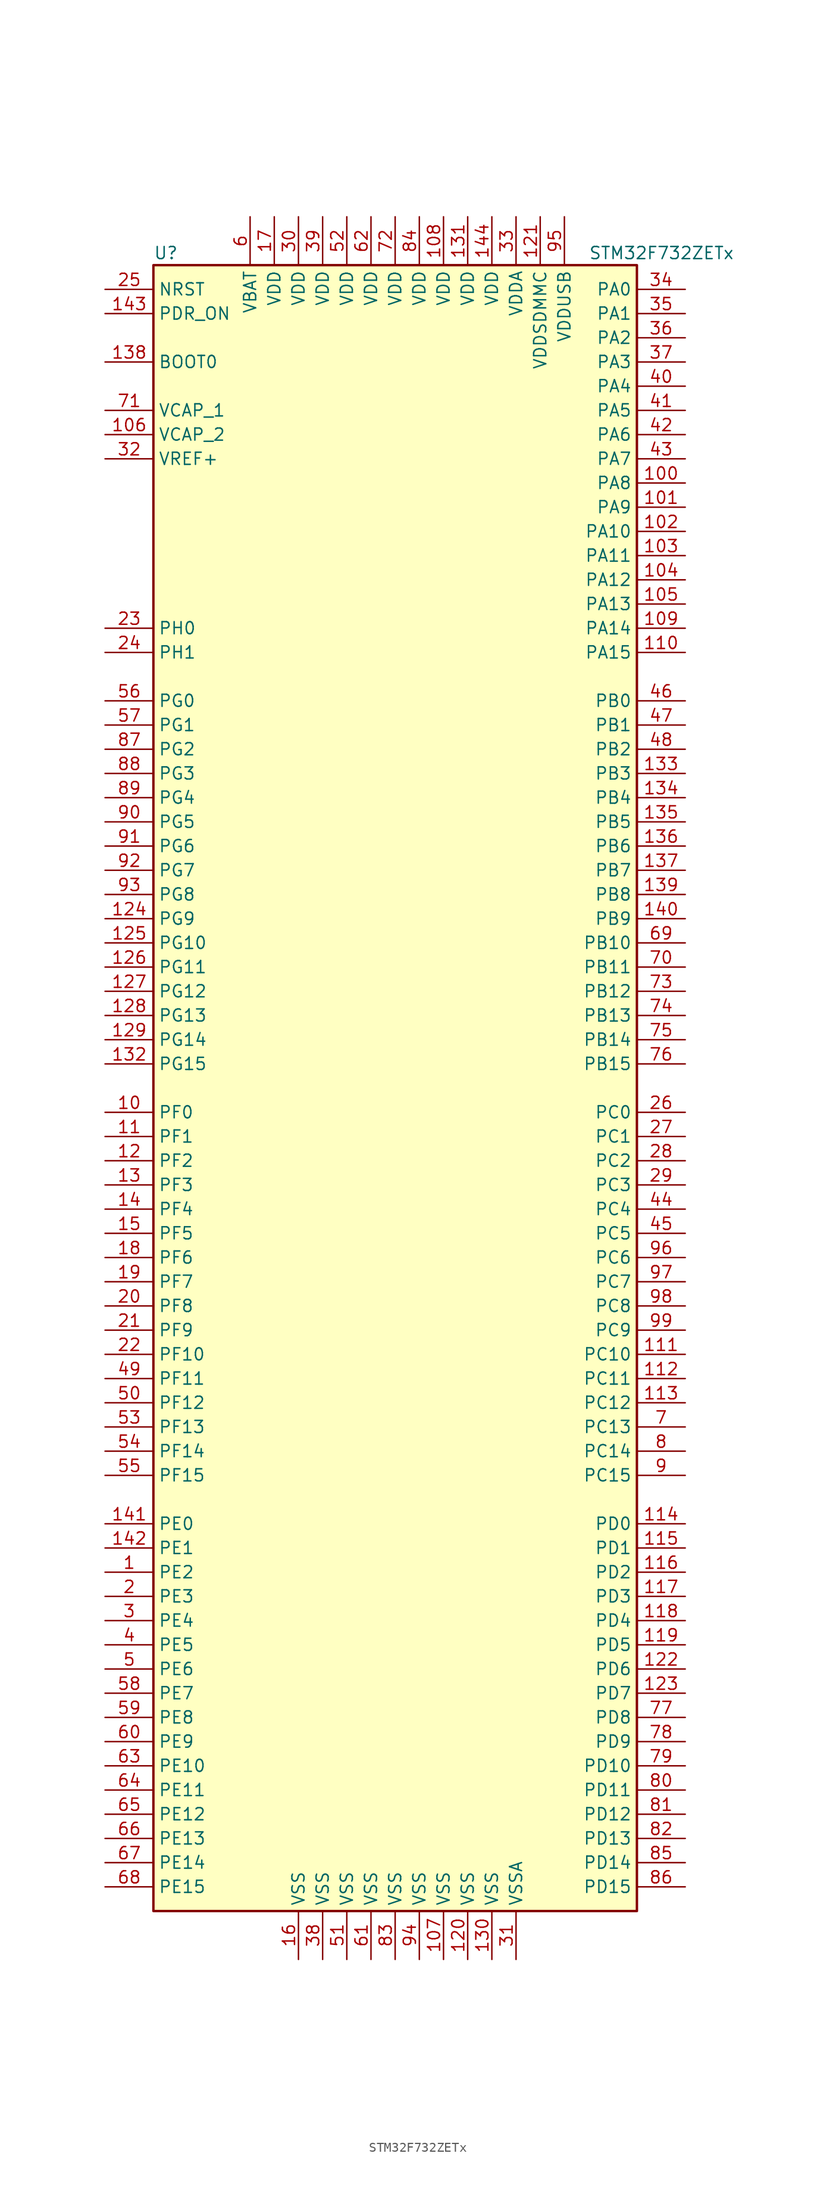
<source format=kicad_sym>
(kicad_symbol_lib
  (version 20211014)
  (generator kicad_symbol_editor)
  (symbol "STM32F732ZETx"
    (property "Reference" "U"
      (at -25.4 87.63 0)
      (effects (font (size 1.27 1.27)) (justify left)))
    (property "Value" "STM32F732ZETx"
      (at 20.32 87.63 0)
      (effects (font (size 1.27 1.27)) (justify left)))
    (symbol "STM32F732ZETx_0_1"
      (rectangle (start -25.4 -86.36) (end 25.4 86.36) (stroke (width 0.254) (type default) (color 0 0 0 0)) (fill (type background))))
    (symbol "STM32F732ZETx_1_1"
      (pin bidirectional line (at -30.48 -50.8 0) (length 5.08) (name "PE2" (effects (font (size 1.27 1.27)))) (number "1" (effects (font (size 1.27 1.27)))))
      (pin bidirectional line (at -30.48 -2.54 0) (length 5.08) (name "PF0" (effects (font (size 1.27 1.27)))) (number "10" (effects (font (size 1.27 1.27)))))
      (pin bidirectional line (at 30.48 63.5 180) (length 5.08) (name "PA8" (effects (font (size 1.27 1.27)))) (number "100" (effects (font (size 1.27 1.27)))))
      (pin bidirectional line (at 30.48 60.96 180) (length 5.08) (name "PA9" (effects (font (size 1.27 1.27)))) (number "101" (effects (font (size 1.27 1.27)))))
      (pin bidirectional line (at 30.48 58.42 180) (length 5.08) (name "PA10" (effects (font (size 1.27 1.27)))) (number "102" (effects (font (size 1.27 1.27)))))
      (pin bidirectional line (at 30.48 55.88 180) (length 5.08) (name "PA11" (effects (font (size 1.27 1.27)))) (number "103" (effects (font (size 1.27 1.27)))))
      (pin bidirectional line (at 30.48 53.34 180) (length 5.08) (name "PA12" (effects (font (size 1.27 1.27)))) (number "104" (effects (font (size 1.27 1.27)))))
      (pin bidirectional line (at 30.48 50.8 180) (length 5.08) (name "PA13" (effects (font (size 1.27 1.27)))) (number "105" (effects (font (size 1.27 1.27)))))
      (pin power_in line (at -30.48 68.58 0) (length 5.08) (name "VCAP_2" (effects (font (size 1.27 1.27)))) (number "106" (effects (font (size 1.27 1.27)))))
      (pin power_in line (at 5.08 -91.44 90) (length 5.08) (name "VSS" (effects (font (size 1.27 1.27)))) (number "107" (effects (font (size 1.27 1.27)))))
      (pin power_in line (at 5.08 91.44 270) (length 5.08) (name "VDD" (effects (font (size 1.27 1.27)))) (number "108" (effects (font (size 1.27 1.27)))))
      (pin bidirectional line (at 30.48 48.26 180) (length 5.08) (name "PA14" (effects (font (size 1.27 1.27)))) (number "109" (effects (font (size 1.27 1.27)))))
      (pin bidirectional line (at -30.48 -5.08 0) (length 5.08) (name "PF1" (effects (font (size 1.27 1.27)))) (number "11" (effects (font (size 1.27 1.27)))))
      (pin bidirectional line (at 30.48 45.72 180) (length 5.08) (name "PA15" (effects (font (size 1.27 1.27)))) (number "110" (effects (font (size 1.27 1.27)))))
      (pin bidirectional line (at 30.48 -27.94 180) (length 5.08) (name "PC10" (effects (font (size 1.27 1.27)))) (number "111" (effects (font (size 1.27 1.27)))))
      (pin bidirectional line (at 30.48 -30.48 180) (length 5.08) (name "PC11" (effects (font (size 1.27 1.27)))) (number "112" (effects (font (size 1.27 1.27)))))
      (pin bidirectional line (at 30.48 -33.02 180) (length 5.08) (name "PC12" (effects (font (size 1.27 1.27)))) (number "113" (effects (font (size 1.27 1.27)))))
      (pin bidirectional line (at 30.48 -45.72 180) (length 5.08) (name "PD0" (effects (font (size 1.27 1.27)))) (number "114" (effects (font (size 1.27 1.27)))))
      (pin bidirectional line (at 30.48 -48.26 180) (length 5.08) (name "PD1" (effects (font (size 1.27 1.27)))) (number "115" (effects (font (size 1.27 1.27)))))
      (pin bidirectional line (at 30.48 -50.8 180) (length 5.08) (name "PD2" (effects (font (size 1.27 1.27)))) (number "116" (effects (font (size 1.27 1.27)))))
      (pin bidirectional line (at 30.48 -53.34 180) (length 5.08) (name "PD3" (effects (font (size 1.27 1.27)))) (number "117" (effects (font (size 1.27 1.27)))))
      (pin bidirectional line (at 30.48 -55.88 180) (length 5.08) (name "PD4" (effects (font (size 1.27 1.27)))) (number "118" (effects (font (size 1.27 1.27)))))
      (pin bidirectional line (at 30.48 -58.42 180) (length 5.08) (name "PD5" (effects (font (size 1.27 1.27)))) (number "119" (effects (font (size 1.27 1.27)))))
      (pin bidirectional line (at -30.48 -7.62 0) (length 5.08) (name "PF2" (effects (font (size 1.27 1.27)))) (number "12" (effects (font (size 1.27 1.27)))))
      (pin power_in line (at 7.62 -91.44 90) (length 5.08) (name "VSS" (effects (font (size 1.27 1.27)))) (number "120" (effects (font (size 1.27 1.27)))))
      (pin power_in line (at 15.24 91.44 270) (length 5.08) (name "VDDSDMMC" (effects (font (size 1.27 1.27)))) (number "121" (effects (font (size 1.27 1.27)))))
      (pin bidirectional line (at 30.48 -60.96 180) (length 5.08) (name "PD6" (effects (font (size 1.27 1.27)))) (number "122" (effects (font (size 1.27 1.27)))))
      (pin bidirectional line (at 30.48 -63.5 180) (length 5.08) (name "PD7" (effects (font (size 1.27 1.27)))) (number "123" (effects (font (size 1.27 1.27)))))
      (pin bidirectional line (at -30.48 17.78 0) (length 5.08) (name "PG9" (effects (font (size 1.27 1.27)))) (number "124" (effects (font (size 1.27 1.27)))))
      (pin bidirectional line (at -30.48 15.24 0) (length 5.08) (name "PG10" (effects (font (size 1.27 1.27)))) (number "125" (effects (font (size 1.27 1.27)))))
      (pin bidirectional line (at -30.48 12.7 0) (length 5.08) (name "PG11" (effects (font (size 1.27 1.27)))) (number "126" (effects (font (size 1.27 1.27)))))
      (pin bidirectional line (at -30.48 10.16 0) (length 5.08) (name "PG12" (effects (font (size 1.27 1.27)))) (number "127" (effects (font (size 1.27 1.27)))))
      (pin bidirectional line (at -30.48 7.62 0) (length 5.08) (name "PG13" (effects (font (size 1.27 1.27)))) (number "128" (effects (font (size 1.27 1.27)))))
      (pin bidirectional line (at -30.48 5.08 0) (length 5.08) (name "PG14" (effects (font (size 1.27 1.27)))) (number "129" (effects (font (size 1.27 1.27)))))
      (pin bidirectional line (at -30.48 -10.16 0) (length 5.08) (name "PF3" (effects (font (size 1.27 1.27)))) (number "13" (effects (font (size 1.27 1.27)))))
      (pin power_in line (at 10.16 -91.44 90) (length 5.08) (name "VSS" (effects (font (size 1.27 1.27)))) (number "130" (effects (font (size 1.27 1.27)))))
      (pin power_in line (at 7.62 91.44 270) (length 5.08) (name "VDD" (effects (font (size 1.27 1.27)))) (number "131" (effects (font (size 1.27 1.27)))))
      (pin bidirectional line (at -30.48 2.54 0) (length 5.08) (name "PG15" (effects (font (size 1.27 1.27)))) (number "132" (effects (font (size 1.27 1.27)))))
      (pin bidirectional line (at 30.48 33.02 180) (length 5.08) (name "PB3" (effects (font (size 1.27 1.27)))) (number "133" (effects (font (size 1.27 1.27)))))
      (pin bidirectional line (at 30.48 30.48 180) (length 5.08) (name "PB4" (effects (font (size 1.27 1.27)))) (number "134" (effects (font (size 1.27 1.27)))))
      (pin bidirectional line (at 30.48 27.94 180) (length 5.08) (name "PB5" (effects (font (size 1.27 1.27)))) (number "135" (effects (font (size 1.27 1.27)))))
      (pin bidirectional line (at 30.48 25.4 180) (length 5.08) (name "PB6" (effects (font (size 1.27 1.27)))) (number "136" (effects (font (size 1.27 1.27)))))
      (pin bidirectional line (at 30.48 22.86 180) (length 5.08) (name "PB7" (effects (font (size 1.27 1.27)))) (number "137" (effects (font (size 1.27 1.27)))))
      (pin input line (at -30.48 76.2 0) (length 5.08) (name "BOOT0" (effects (font (size 1.27 1.27)))) (number "138" (effects (font (size 1.27 1.27)))))
      (pin bidirectional line (at 30.48 20.32 180) (length 5.08) (name "PB8" (effects (font (size 1.27 1.27)))) (number "139" (effects (font (size 1.27 1.27)))))
      (pin bidirectional line (at -30.48 -12.7 0) (length 5.08) (name "PF4" (effects (font (size 1.27 1.27)))) (number "14" (effects (font (size 1.27 1.27)))))
      (pin bidirectional line (at 30.48 17.78 180) (length 5.08) (name "PB9" (effects (font (size 1.27 1.27)))) (number "140" (effects (font (size 1.27 1.27)))))
      (pin bidirectional line (at -30.48 -45.72 0) (length 5.08) (name "PE0" (effects (font (size 1.27 1.27)))) (number "141" (effects (font (size 1.27 1.27)))))
      (pin bidirectional line (at -30.48 -48.26 0) (length 5.08) (name "PE1" (effects (font (size 1.27 1.27)))) (number "142" (effects (font (size 1.27 1.27)))))
      (pin input line (at -30.48 81.28 0) (length 5.08) (name "PDR_ON" (effects (font (size 1.27 1.27)))) (number "143" (effects (font (size 1.27 1.27)))))
      (pin power_in line (at 10.16 91.44 270) (length 5.08) (name "VDD" (effects (font (size 1.27 1.27)))) (number "144" (effects (font (size 1.27 1.27)))))
      (pin bidirectional line (at -30.48 -15.24 0) (length 5.08) (name "PF5" (effects (font (size 1.27 1.27)))) (number "15" (effects (font (size 1.27 1.27)))))
      (pin power_in line (at -10.16 -91.44 90) (length 5.08) (name "VSS" (effects (font (size 1.27 1.27)))) (number "16" (effects (font (size 1.27 1.27)))))
      (pin power_in line (at -12.7 91.44 270) (length 5.08) (name "VDD" (effects (font (size 1.27 1.27)))) (number "17" (effects (font (size 1.27 1.27)))))
      (pin bidirectional line (at -30.48 -17.78 0) (length 5.08) (name "PF6" (effects (font (size 1.27 1.27)))) (number "18" (effects (font (size 1.27 1.27)))))
      (pin bidirectional line (at -30.48 -20.32 0) (length 5.08) (name "PF7" (effects (font (size 1.27 1.27)))) (number "19" (effects (font (size 1.27 1.27)))))
      (pin bidirectional line (at -30.48 -53.34 0) (length 5.08) (name "PE3" (effects (font (size 1.27 1.27)))) (number "2" (effects (font (size 1.27 1.27)))))
      (pin bidirectional line (at -30.48 -22.86 0) (length 5.08) (name "PF8" (effects (font (size 1.27 1.27)))) (number "20" (effects (font (size 1.27 1.27)))))
      (pin bidirectional line (at -30.48 -25.4 0) (length 5.08) (name "PF9" (effects (font (size 1.27 1.27)))) (number "21" (effects (font (size 1.27 1.27)))))
      (pin bidirectional line (at -30.48 -27.94 0) (length 5.08) (name "PF10" (effects (font (size 1.27 1.27)))) (number "22" (effects (font (size 1.27 1.27)))))
      (pin input line (at -30.48 48.26 0) (length 5.08) (name "PH0" (effects (font (size 1.27 1.27)))) (number "23" (effects (font (size 1.27 1.27)))))
      (pin input line (at -30.48 45.72 0) (length 5.08) (name "PH1" (effects (font (size 1.27 1.27)))) (number "24" (effects (font (size 1.27 1.27)))))
      (pin input line (at -30.48 83.82 0) (length 5.08) (name "NRST" (effects (font (size 1.27 1.27)))) (number "25" (effects (font (size 1.27 1.27)))))
      (pin bidirectional line (at 30.48 -2.54 180) (length 5.08) (name "PC0" (effects (font (size 1.27 1.27)))) (number "26" (effects (font (size 1.27 1.27)))))
      (pin bidirectional line (at 30.48 -5.08 180) (length 5.08) (name "PC1" (effects (font (size 1.27 1.27)))) (number "27" (effects (font (size 1.27 1.27)))))
      (pin bidirectional line (at 30.48 -7.62 180) (length 5.08) (name "PC2" (effects (font (size 1.27 1.27)))) (number "28" (effects (font (size 1.27 1.27)))))
      (pin bidirectional line (at 30.48 -10.16 180) (length 5.08) (name "PC3" (effects (font (size 1.27 1.27)))) (number "29" (effects (font (size 1.27 1.27)))))
      (pin bidirectional line (at -30.48 -55.88 0) (length 5.08) (name "PE4" (effects (font (size 1.27 1.27)))) (number "3" (effects (font (size 1.27 1.27)))))
      (pin power_in line (at -10.16 91.44 270) (length 5.08) (name "VDD" (effects (font (size 1.27 1.27)))) (number "30" (effects (font (size 1.27 1.27)))))
      (pin power_in line (at 12.7 -91.44 90) (length 5.08) (name "VSSA" (effects (font (size 1.27 1.27)))) (number "31" (effects (font (size 1.27 1.27)))))
      (pin power_in line (at -30.48 66.04 0) (length 5.08) (name "VREF+" (effects (font (size 1.27 1.27)))) (number "32" (effects (font (size 1.27 1.27)))))
      (pin power_in line (at 12.7 91.44 270) (length 5.08) (name "VDDA" (effects (font (size 1.27 1.27)))) (number "33" (effects (font (size 1.27 1.27)))))
      (pin bidirectional line (at 30.48 83.82 180) (length 5.08) (name "PA0" (effects (font (size 1.27 1.27)))) (number "34" (effects (font (size 1.27 1.27)))))
      (pin bidirectional line (at 30.48 81.28 180) (length 5.08) (name "PA1" (effects (font (size 1.27 1.27)))) (number "35" (effects (font (size 1.27 1.27)))))
      (pin bidirectional line (at 30.48 78.74 180) (length 5.08) (name "PA2" (effects (font (size 1.27 1.27)))) (number "36" (effects (font (size 1.27 1.27)))))
      (pin bidirectional line (at 30.48 76.2 180) (length 5.08) (name "PA3" (effects (font (size 1.27 1.27)))) (number "37" (effects (font (size 1.27 1.27)))))
      (pin power_in line (at -7.62 -91.44 90) (length 5.08) (name "VSS" (effects (font (size 1.27 1.27)))) (number "38" (effects (font (size 1.27 1.27)))))
      (pin power_in line (at -7.62 91.44 270) (length 5.08) (name "VDD" (effects (font (size 1.27 1.27)))) (number "39" (effects (font (size 1.27 1.27)))))
      (pin bidirectional line (at -30.48 -58.42 0) (length 5.08) (name "PE5" (effects (font (size 1.27 1.27)))) (number "4" (effects (font (size 1.27 1.27)))))
      (pin bidirectional line (at 30.48 73.66 180) (length 5.08) (name "PA4" (effects (font (size 1.27 1.27)))) (number "40" (effects (font (size 1.27 1.27)))))
      (pin bidirectional line (at 30.48 71.12 180) (length 5.08) (name "PA5" (effects (font (size 1.27 1.27)))) (number "41" (effects (font (size 1.27 1.27)))))
      (pin bidirectional line (at 30.48 68.58 180) (length 5.08) (name "PA6" (effects (font (size 1.27 1.27)))) (number "42" (effects (font (size 1.27 1.27)))))
      (pin bidirectional line (at 30.48 66.04 180) (length 5.08) (name "PA7" (effects (font (size 1.27 1.27)))) (number "43" (effects (font (size 1.27 1.27)))))
      (pin bidirectional line (at 30.48 -12.7 180) (length 5.08) (name "PC4" (effects (font (size 1.27 1.27)))) (number "44" (effects (font (size 1.27 1.27)))))
      (pin bidirectional line (at 30.48 -15.24 180) (length 5.08) (name "PC5" (effects (font (size 1.27 1.27)))) (number "45" (effects (font (size 1.27 1.27)))))
      (pin bidirectional line (at 30.48 40.64 180) (length 5.08) (name "PB0" (effects (font (size 1.27 1.27)))) (number "46" (effects (font (size 1.27 1.27)))))
      (pin bidirectional line (at 30.48 38.1 180) (length 5.08) (name "PB1" (effects (font (size 1.27 1.27)))) (number "47" (effects (font (size 1.27 1.27)))))
      (pin bidirectional line (at 30.48 35.56 180) (length 5.08) (name "PB2" (effects (font (size 1.27 1.27)))) (number "48" (effects (font (size 1.27 1.27)))))
      (pin bidirectional line (at -30.48 -30.48 0) (length 5.08) (name "PF11" (effects (font (size 1.27 1.27)))) (number "49" (effects (font (size 1.27 1.27)))))
      (pin bidirectional line (at -30.48 -60.96 0) (length 5.08) (name "PE6" (effects (font (size 1.27 1.27)))) (number "5" (effects (font (size 1.27 1.27)))))
      (pin bidirectional line (at -30.48 -33.02 0) (length 5.08) (name "PF12" (effects (font (size 1.27 1.27)))) (number "50" (effects (font (size 1.27 1.27)))))
      (pin power_in line (at -5.08 -91.44 90) (length 5.08) (name "VSS" (effects (font (size 1.27 1.27)))) (number "51" (effects (font (size 1.27 1.27)))))
      (pin power_in line (at -5.08 91.44 270) (length 5.08) (name "VDD" (effects (font (size 1.27 1.27)))) (number "52" (effects (font (size 1.27 1.27)))))
      (pin bidirectional line (at -30.48 -35.56 0) (length 5.08) (name "PF13" (effects (font (size 1.27 1.27)))) (number "53" (effects (font (size 1.27 1.27)))))
      (pin bidirectional line (at -30.48 -38.1 0) (length 5.08) (name "PF14" (effects (font (size 1.27 1.27)))) (number "54" (effects (font (size 1.27 1.27)))))
      (pin bidirectional line (at -30.48 -40.64 0) (length 5.08) (name "PF15" (effects (font (size 1.27 1.27)))) (number "55" (effects (font (size 1.27 1.27)))))
      (pin bidirectional line (at -30.48 40.64 0) (length 5.08) (name "PG0" (effects (font (size 1.27 1.27)))) (number "56" (effects (font (size 1.27 1.27)))))
      (pin bidirectional line (at -30.48 38.1 0) (length 5.08) (name "PG1" (effects (font (size 1.27 1.27)))) (number "57" (effects (font (size 1.27 1.27)))))
      (pin bidirectional line (at -30.48 -63.5 0) (length 5.08) (name "PE7" (effects (font (size 1.27 1.27)))) (number "58" (effects (font (size 1.27 1.27)))))
      (pin bidirectional line (at -30.48 -66.04 0) (length 5.08) (name "PE8" (effects (font (size 1.27 1.27)))) (number "59" (effects (font (size 1.27 1.27)))))
      (pin power_in line (at -15.24 91.44 270) (length 5.08) (name "VBAT" (effects (font (size 1.27 1.27)))) (number "6" (effects (font (size 1.27 1.27)))))
      (pin bidirectional line (at -30.48 -68.58 0) (length 5.08) (name "PE9" (effects (font (size 1.27 1.27)))) (number "60" (effects (font (size 1.27 1.27)))))
      (pin power_in line (at -2.54 -91.44 90) (length 5.08) (name "VSS" (effects (font (size 1.27 1.27)))) (number "61" (effects (font (size 1.27 1.27)))))
      (pin power_in line (at -2.54 91.44 270) (length 5.08) (name "VDD" (effects (font (size 1.27 1.27)))) (number "62" (effects (font (size 1.27 1.27)))))
      (pin bidirectional line (at -30.48 -71.12 0) (length 5.08) (name "PE10" (effects (font (size 1.27 1.27)))) (number "63" (effects (font (size 1.27 1.27)))))
      (pin bidirectional line (at -30.48 -73.66 0) (length 5.08) (name "PE11" (effects (font (size 1.27 1.27)))) (number "64" (effects (font (size 1.27 1.27)))))
      (pin bidirectional line (at -30.48 -76.2 0) (length 5.08) (name "PE12" (effects (font (size 1.27 1.27)))) (number "65" (effects (font (size 1.27 1.27)))))
      (pin bidirectional line (at -30.48 -78.74 0) (length 5.08) (name "PE13" (effects (font (size 1.27 1.27)))) (number "66" (effects (font (size 1.27 1.27)))))
      (pin bidirectional line (at -30.48 -81.28 0) (length 5.08) (name "PE14" (effects (font (size 1.27 1.27)))) (number "67" (effects (font (size 1.27 1.27)))))
      (pin bidirectional line (at -30.48 -83.82 0) (length 5.08) (name "PE15" (effects (font (size 1.27 1.27)))) (number "68" (effects (font (size 1.27 1.27)))))
      (pin bidirectional line (at 30.48 15.24 180) (length 5.08) (name "PB10" (effects (font (size 1.27 1.27)))) (number "69" (effects (font (size 1.27 1.27)))))
      (pin bidirectional line (at 30.48 -35.56 180) (length 5.08) (name "PC13" (effects (font (size 1.27 1.27)))) (number "7" (effects (font (size 1.27 1.27)))))
      (pin bidirectional line (at 30.48 12.7 180) (length 5.08) (name "PB11" (effects (font (size 1.27 1.27)))) (number "70" (effects (font (size 1.27 1.27)))))
      (pin power_in line (at -30.48 71.12 0) (length 5.08) (name "VCAP_1" (effects (font (size 1.27 1.27)))) (number "71" (effects (font (size 1.27 1.27)))))
      (pin power_in line (at 0 91.44 270) (length 5.08) (name "VDD" (effects (font (size 1.27 1.27)))) (number "72" (effects (font (size 1.27 1.27)))))
      (pin bidirectional line (at 30.48 10.16 180) (length 5.08) (name "PB12" (effects (font (size 1.27 1.27)))) (number "73" (effects (font (size 1.27 1.27)))))
      (pin bidirectional line (at 30.48 7.62 180) (length 5.08) (name "PB13" (effects (font (size 1.27 1.27)))) (number "74" (effects (font (size 1.27 1.27)))))
      (pin bidirectional line (at 30.48 5.08 180) (length 5.08) (name "PB14" (effects (font (size 1.27 1.27)))) (number "75" (effects (font (size 1.27 1.27)))))
      (pin bidirectional line (at 30.48 2.54 180) (length 5.08) (name "PB15" (effects (font (size 1.27 1.27)))) (number "76" (effects (font (size 1.27 1.27)))))
      (pin bidirectional line (at 30.48 -66.04 180) (length 5.08) (name "PD8" (effects (font (size 1.27 1.27)))) (number "77" (effects (font (size 1.27 1.27)))))
      (pin bidirectional line (at 30.48 -68.58 180) (length 5.08) (name "PD9" (effects (font (size 1.27 1.27)))) (number "78" (effects (font (size 1.27 1.27)))))
      (pin bidirectional line (at 30.48 -71.12 180) (length 5.08) (name "PD10" (effects (font (size 1.27 1.27)))) (number "79" (effects (font (size 1.27 1.27)))))
      (pin bidirectional line (at 30.48 -38.1 180) (length 5.08) (name "PC14" (effects (font (size 1.27 1.27)))) (number "8" (effects (font (size 1.27 1.27)))))
      (pin bidirectional line (at 30.48 -73.66 180) (length 5.08) (name "PD11" (effects (font (size 1.27 1.27)))) (number "80" (effects (font (size 1.27 1.27)))))
      (pin bidirectional line (at 30.48 -76.2 180) (length 5.08) (name "PD12" (effects (font (size 1.27 1.27)))) (number "81" (effects (font (size 1.27 1.27)))))
      (pin bidirectional line (at 30.48 -78.74 180) (length 5.08) (name "PD13" (effects (font (size 1.27 1.27)))) (number "82" (effects (font (size 1.27 1.27)))))
      (pin power_in line (at 0 -91.44 90) (length 5.08) (name "VSS" (effects (font (size 1.27 1.27)))) (number "83" (effects (font (size 1.27 1.27)))))
      (pin power_in line (at 2.54 91.44 270) (length 5.08) (name "VDD" (effects (font (size 1.27 1.27)))) (number "84" (effects (font (size 1.27 1.27)))))
      (pin bidirectional line (at 30.48 -81.28 180) (length 5.08) (name "PD14" (effects (font (size 1.27 1.27)))) (number "85" (effects (font (size 1.27 1.27)))))
      (pin bidirectional line (at 30.48 -83.82 180) (length 5.08) (name "PD15" (effects (font (size 1.27 1.27)))) (number "86" (effects (font (size 1.27 1.27)))))
      (pin bidirectional line (at -30.48 35.56 0) (length 5.08) (name "PG2" (effects (font (size 1.27 1.27)))) (number "87" (effects (font (size 1.27 1.27)))))
      (pin bidirectional line (at -30.48 33.02 0) (length 5.08) (name "PG3" (effects (font (size 1.27 1.27)))) (number "88" (effects (font (size 1.27 1.27)))))
      (pin bidirectional line (at -30.48 30.48 0) (length 5.08) (name "PG4" (effects (font (size 1.27 1.27)))) (number "89" (effects (font (size 1.27 1.27)))))
      (pin bidirectional line (at 30.48 -40.64 180) (length 5.08) (name "PC15" (effects (font (size 1.27 1.27)))) (number "9" (effects (font (size 1.27 1.27)))))
      (pin bidirectional line (at -30.48 27.94 0) (length 5.08) (name "PG5" (effects (font (size 1.27 1.27)))) (number "90" (effects (font (size 1.27 1.27)))))
      (pin bidirectional line (at -30.48 25.4 0) (length 5.08) (name "PG6" (effects (font (size 1.27 1.27)))) (number "91" (effects (font (size 1.27 1.27)))))
      (pin bidirectional line (at -30.48 22.86 0) (length 5.08) (name "PG7" (effects (font (size 1.27 1.27)))) (number "92" (effects (font (size 1.27 1.27)))))
      (pin bidirectional line (at -30.48 20.32 0) (length 5.08) (name "PG8" (effects (font (size 1.27 1.27)))) (number "93" (effects (font (size 1.27 1.27)))))
      (pin power_in line (at 2.54 -91.44 90) (length 5.08) (name "VSS" (effects (font (size 1.27 1.27)))) (number "94" (effects (font (size 1.27 1.27)))))
      (pin power_in line (at 17.78 91.44 270) (length 5.08) (name "VDDUSB" (effects (font (size 1.27 1.27)))) (number "95" (effects (font (size 1.27 1.27)))))
      (pin bidirectional line (at 30.48 -17.78 180) (length 5.08) (name "PC6" (effects (font (size 1.27 1.27)))) (number "96" (effects (font (size 1.27 1.27)))))
      (pin bidirectional line (at 30.48 -20.32 180) (length 5.08) (name "PC7" (effects (font (size 1.27 1.27)))) (number "97" (effects (font (size 1.27 1.27)))))
      (pin bidirectional line (at 30.48 -22.86 180) (length 5.08) (name "PC8" (effects (font (size 1.27 1.27)))) (number "98" (effects (font (size 1.27 1.27)))))
      (pin bidirectional line (at 30.48 -25.4 180) (length 5.08) (name "PC9" (effects (font (size 1.27 1.27)))) (number "99" (effects (font (size 1.27 1.27))))))))
</source>
